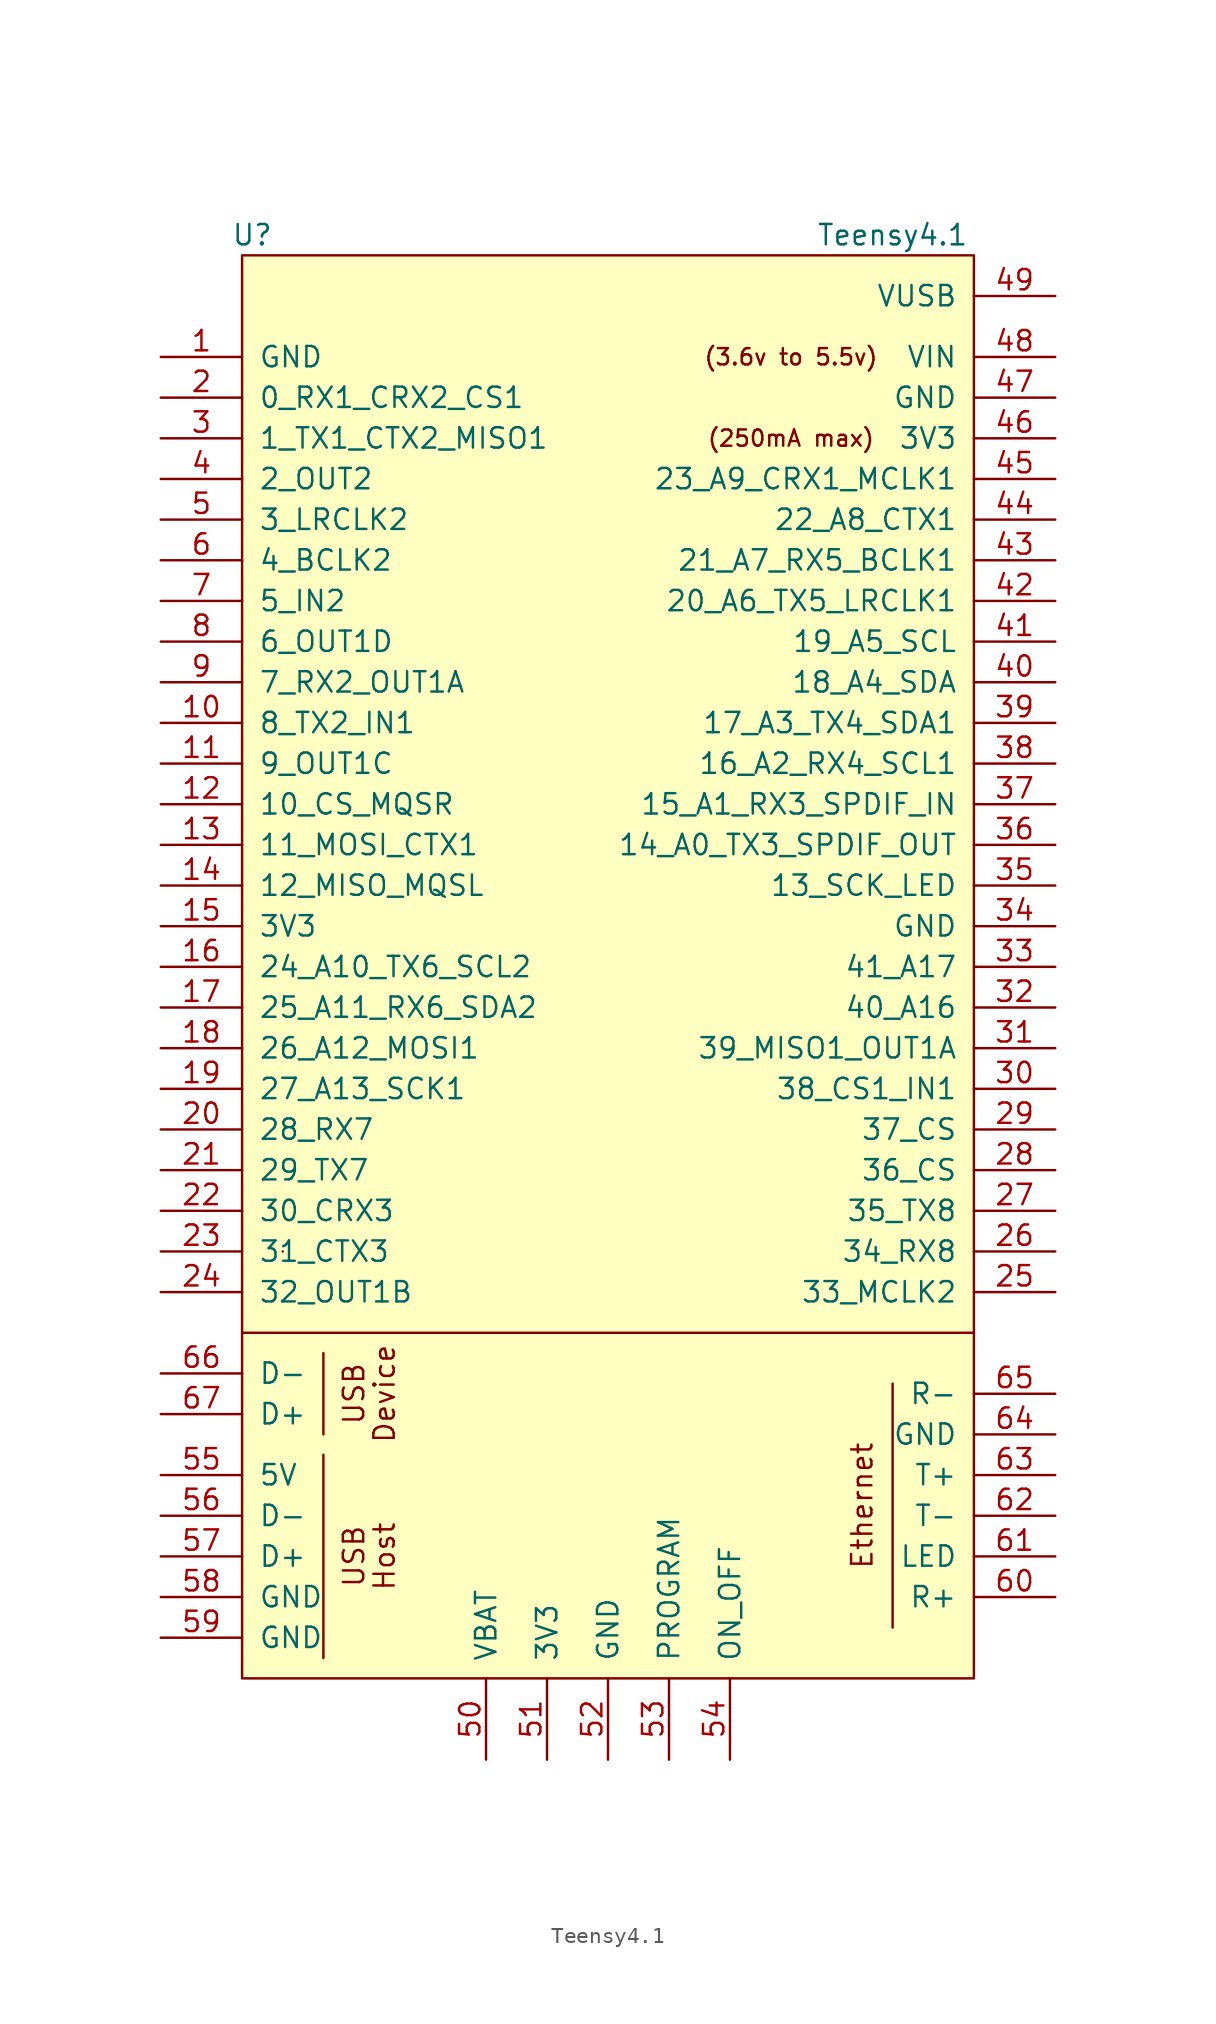
<source format=kicad_sym>
(kicad_symbol_lib
  (version 20211014)
  (generator kicad_symbol_editor)
  (symbol "Teensy4.1"
    (pin_names
      (offset 1.016))
    (property "Reference" "U"
      (at -22.225 62.23 0)
      (effects (font (size 1.27 1.27))))
    (property "Value" "Teensy4.1"
      (at 17.78 62.23 0)
      (effects (font (size 1.27 1.27))))
    (symbol "Teensy4.1_0_0"
      (polyline (pts (xy -22.86 -6.35) (xy 22.86 -6.35)) (stroke (width 0) (type default) (color 0 0 0 0)) (fill (type none)))
      (polyline (pts (xy -17.78 -26.67) (xy -17.78 -13.97)) (stroke (width 0) (type default) (color 0 0 0 0)) (fill (type none)))
      (polyline (pts (xy -17.78 -7.62) (xy -17.78 -12.7)) (stroke (width 0) (type default) (color 0 0 0 0)) (fill (type none)))
      (polyline (pts (xy 17.78 -9.525) (xy 17.78 -24.765)) (stroke (width 0) (type default) (color 0 0 0 0)) (fill (type none)))
      (text "(250mA max)" (at 11.43 49.53 0) (effects (font (size 1.016 1.016))))
      (text "(3.6v to 5.5v)" (at 11.43 54.61 0) (effects (font (size 1.016 1.016))))
      (text "Device" (at -13.97 -10.16 900) (effects (font (size 1.27 1.27))))
      (text "Ethernet" (at 15.875 -17.145 900) (effects (font (size 1.27 1.27))))
      (text "Host" (at -13.97 -20.32 900) (effects (font (size 1.27 1.27))))
      (text "USB" (at -15.875 -20.32 900) (effects (font (size 1.27 1.27))))
      (text "USB" (at -15.875 -10.16 900) (effects (font (size 1.27 1.27))))
      (pin bidirectional line (at -27.94 31.75 0) (length 5.08) (name "8_TX2_IN1" (effects (font (size 1.27 1.27)))) (number "10" (effects (font (size 1.27 1.27)))))
      (pin bidirectional line (at -27.94 29.21 0) (length 5.08) (name "9_OUT1C" (effects (font (size 1.27 1.27)))) (number "11" (effects (font (size 1.27 1.27)))))
      (pin bidirectional line (at -27.94 26.67 0) (length 5.08) (name "10_CS_MQSR" (effects (font (size 1.27 1.27)))) (number "12" (effects (font (size 1.27 1.27)))))
      (pin bidirectional line (at -27.94 24.13 0) (length 5.08) (name "11_MOSI_CTX1" (effects (font (size 1.27 1.27)))) (number "13" (effects (font (size 1.27 1.27)))))
      (pin bidirectional line (at -27.94 21.59 0) (length 5.08) (name "12_MISO_MQSL" (effects (font (size 1.27 1.27)))) (number "14" (effects (font (size 1.27 1.27)))))
      (pin power_in line (at -27.94 19.05 0) (length 5.08) (name "3V3" (effects (font (size 1.27 1.27)))) (number "15" (effects (font (size 1.27 1.27)))))
      (pin bidirectional line (at -27.94 16.51 0) (length 5.08) (name "24_A10_TX6_SCL2" (effects (font (size 1.27 1.27)))) (number "16" (effects (font (size 1.27 1.27)))))
      (pin bidirectional line (at -27.94 13.97 0) (length 5.08) (name "25_A11_RX6_SDA2" (effects (font (size 1.27 1.27)))) (number "17" (effects (font (size 1.27 1.27)))))
      (pin bidirectional line (at -27.94 11.43 0) (length 5.08) (name "26_A12_MOSI1" (effects (font (size 1.27 1.27)))) (number "18" (effects (font (size 1.27 1.27)))))
      (pin bidirectional line (at -27.94 8.89 0) (length 5.08) (name "27_A13_SCK1" (effects (font (size 1.27 1.27)))) (number "19" (effects (font (size 1.27 1.27)))))
      (pin bidirectional line (at -27.94 6.35 0) (length 5.08) (name "28_RX7" (effects (font (size 1.27 1.27)))) (number "20" (effects (font (size 1.27 1.27)))))
      (pin bidirectional line (at -27.94 3.81 0) (length 5.08) (name "29_TX7" (effects (font (size 1.27 1.27)))) (number "21" (effects (font (size 1.27 1.27)))))
      (pin bidirectional line (at -27.94 1.27 0) (length 5.08) (name "30_CRX3" (effects (font (size 1.27 1.27)))) (number "22" (effects (font (size 1.27 1.27)))))
      (pin bidirectional line (at -27.94 -1.27 0) (length 5.08) (name "31_CTX3" (effects (font (size 1.27 1.27)))) (number "23" (effects (font (size 1.27 1.27)))))
      (pin bidirectional line (at -27.94 -3.81 0) (length 5.08) (name "32_OUT1B" (effects (font (size 1.27 1.27)))) (number "24" (effects (font (size 1.27 1.27)))))
      (pin bidirectional line (at 27.94 -3.81 180) (length 5.08) (name "33_MCLK2" (effects (font (size 1.27 1.27)))) (number "25" (effects (font (size 1.27 1.27)))))
      (pin bidirectional line (at 27.94 -1.27 180) (length 5.08) (name "34_RX8" (effects (font (size 1.27 1.27)))) (number "26" (effects (font (size 1.27 1.27)))))
      (pin bidirectional line (at 27.94 1.27 180) (length 5.08) (name "35_TX8" (effects (font (size 1.27 1.27)))) (number "27" (effects (font (size 1.27 1.27)))))
      (pin bidirectional line (at 27.94 3.81 180) (length 5.08) (name "36_CS" (effects (font (size 1.27 1.27)))) (number "28" (effects (font (size 1.27 1.27)))))
      (pin bidirectional line (at 27.94 6.35 180) (length 5.08) (name "37_CS" (effects (font (size 1.27 1.27)))) (number "29" (effects (font (size 1.27 1.27)))))
      (pin bidirectional line (at 27.94 8.89 180) (length 5.08) (name "38_CS1_IN1" (effects (font (size 1.27 1.27)))) (number "30" (effects (font (size 1.27 1.27)))))
      (pin bidirectional line (at 27.94 11.43 180) (length 5.08) (name "39_MISO1_OUT1A" (effects (font (size 1.27 1.27)))) (number "31" (effects (font (size 1.27 1.27)))))
      (pin bidirectional line (at 27.94 13.97 180) (length 5.08) (name "40_A16" (effects (font (size 1.27 1.27)))) (number "32" (effects (font (size 1.27 1.27)))))
      (pin bidirectional line (at 27.94 16.51 180) (length 5.08) (name "41_A17" (effects (font (size 1.27 1.27)))) (number "33" (effects (font (size 1.27 1.27)))))
      (pin bidirectional line (at 27.94 21.59 180) (length 5.08) (name "13_SCK_LED" (effects (font (size 1.27 1.27)))) (number "35" (effects (font (size 1.27 1.27)))))
      (pin bidirectional line (at 27.94 24.13 180) (length 5.08) (name "14_A0_TX3_SPDIF_OUT" (effects (font (size 1.27 1.27)))) (number "36" (effects (font (size 1.27 1.27)))))
      (pin bidirectional line (at 27.94 26.67 180) (length 5.08) (name "15_A1_RX3_SPDIF_IN" (effects (font (size 1.27 1.27)))) (number "37" (effects (font (size 1.27 1.27)))))
      (pin bidirectional line (at 27.94 29.21 180) (length 5.08) (name "16_A2_RX4_SCL1" (effects (font (size 1.27 1.27)))) (number "38" (effects (font (size 1.27 1.27)))))
      (pin bidirectional line (at 27.94 31.75 180) (length 5.08) (name "17_A3_TX4_SDA1" (effects (font (size 1.27 1.27)))) (number "39" (effects (font (size 1.27 1.27)))))
      (pin bidirectional line (at 27.94 34.29 180) (length 5.08) (name "18_A4_SDA" (effects (font (size 1.27 1.27)))) (number "40" (effects (font (size 1.27 1.27)))))
      (pin bidirectional line (at 27.94 36.83 180) (length 5.08) (name "19_A5_SCL" (effects (font (size 1.27 1.27)))) (number "41" (effects (font (size 1.27 1.27)))))
      (pin bidirectional line (at 27.94 39.37 180) (length 5.08) (name "20_A6_TX5_LRCLK1" (effects (font (size 1.27 1.27)))) (number "42" (effects (font (size 1.27 1.27)))))
      (pin bidirectional line (at 27.94 41.91 180) (length 5.08) (name "21_A7_RX5_BCLK1" (effects (font (size 1.27 1.27)))) (number "43" (effects (font (size 1.27 1.27)))))
      (pin bidirectional line (at 27.94 44.45 180) (length 5.08) (name "22_A8_CTX1" (effects (font (size 1.27 1.27)))) (number "44" (effects (font (size 1.27 1.27)))))
      (pin bidirectional line (at 27.94 46.99 180) (length 5.08) (name "23_A9_CRX1_MCLK1" (effects (font (size 1.27 1.27)))) (number "45" (effects (font (size 1.27 1.27)))))
      (pin power_in line (at 27.94 49.53 180) (length 5.08) (name "3V3" (effects (font (size 1.27 1.27)))) (number "46" (effects (font (size 1.27 1.27)))))
      (pin power_in line (at 27.94 52.07 180) (length 5.08) (name "GND" (effects (font (size 1.27 1.27)))) (number "47" (effects (font (size 1.27 1.27)))))
      (pin power_in line (at 27.94 54.61 180) (length 5.08) (name "VIN" (effects (font (size 1.27 1.27)))) (number "48" (effects (font (size 1.27 1.27)))))
      (pin power_out line (at 27.94 58.42 180) (length 5.08) (name "VUSB" (effects (font (size 1.27 1.27)))) (number "49" (effects (font (size 1.27 1.27)))))
      (pin bidirectional line (at -27.94 44.45 0) (length 5.08) (name "3_LRCLK2" (effects (font (size 1.27 1.27)))) (number "5" (effects (font (size 1.27 1.27)))))
      (pin power_in line (at -7.62 -33.02 90) (length 5.08) (name "VBAT" (effects (font (size 1.27 1.27)))) (number "50" (effects (font (size 1.27 1.27)))))
      (pin power_in line (at -3.81 -33.02 90) (length 5.08) (name "3V3" (effects (font (size 1.27 1.27)))) (number "51" (effects (font (size 1.27 1.27)))))
      (pin power_out line (at 0 -33.02 90) (length 5.08) (name "GND" (effects (font (size 1.27 1.27)))) (number "52" (effects (font (size 1.27 1.27)))))
      (pin input line (at 3.81 -33.02 90) (length 5.08) (name "PROGRAM" (effects (font (size 1.27 1.27)))) (number "53" (effects (font (size 1.27 1.27)))))
      (pin input line (at 7.62 -33.02 90) (length 5.08) (name "ON_OFF" (effects (font (size 1.27 1.27)))) (number "54" (effects (font (size 1.27 1.27)))))
      (pin power_out line (at -27.94 -15.24 0) (length 5.08) (name "5V" (effects (font (size 1.27 1.27)))) (number "55" (effects (font (size 1.27 1.27)))))
      (pin bidirectional line (at -27.94 -17.78 0) (length 5.08) (name "D-" (effects (font (size 1.27 1.27)))) (number "56" (effects (font (size 1.27 1.27)))))
      (pin bidirectional line (at -27.94 -20.32 0) (length 5.08) (name "D+" (effects (font (size 1.27 1.27)))) (number "57" (effects (font (size 1.27 1.27)))))
      (pin power_in line (at -27.94 -22.86 0) (length 5.08) (name "GND" (effects (font (size 1.27 1.27)))) (number "58" (effects (font (size 1.27 1.27)))))
      (pin power_in line (at -27.94 -25.4 0) (length 5.08) (name "GND" (effects (font (size 1.27 1.27)))) (number "59" (effects (font (size 1.27 1.27)))))
      (pin bidirectional line (at -27.94 41.91 0) (length 5.08) (name "4_BCLK2" (effects (font (size 1.27 1.27)))) (number "6" (effects (font (size 1.27 1.27)))))
      (pin bidirectional line (at 27.94 -22.86 180) (length 5.08) (name "R+" (effects (font (size 1.27 1.27)))) (number "60" (effects (font (size 1.27 1.27)))))
      (pin bidirectional line (at 27.94 -20.32 180) (length 5.08) (name "LED" (effects (font (size 1.27 1.27)))) (number "61" (effects (font (size 1.27 1.27)))))
      (pin bidirectional line (at 27.94 -17.78 180) (length 5.08) (name "T-" (effects (font (size 1.27 1.27)))) (number "62" (effects (font (size 1.27 1.27)))))
      (pin bidirectional line (at 27.94 -15.24 180) (length 5.08) (name "T+" (effects (font (size 1.27 1.27)))) (number "63" (effects (font (size 1.27 1.27)))))
      (pin power_in line (at 27.94 -12.7 180) (length 5.08) (name "GND" (effects (font (size 1.27 1.27)))) (number "64" (effects (font (size 1.27 1.27)))))
      (pin bidirectional line (at 27.94 -10.16 180) (length 5.08) (name "R-" (effects (font (size 1.27 1.27)))) (number "65" (effects (font (size 1.27 1.27)))))
      (pin bidirectional line (at -27.94 -8.89 0) (length 5.08) (name "D-" (effects (font (size 1.27 1.27)))) (number "66" (effects (font (size 1.27 1.27)))))
      (pin bidirectional line (at -27.94 -11.43 0) (length 5.08) (name "D+" (effects (font (size 1.27 1.27)))) (number "67" (effects (font (size 1.27 1.27)))))
      (pin bidirectional line (at -27.94 39.37 0) (length 5.08) (name "5_IN2" (effects (font (size 1.27 1.27)))) (number "7" (effects (font (size 1.27 1.27)))))
      (pin bidirectional line (at -27.94 36.83 0) (length 5.08) (name "6_OUT1D" (effects (font (size 1.27 1.27)))) (number "8" (effects (font (size 1.27 1.27)))))
      (pin bidirectional line (at -27.94 34.29 0) (length 5.08) (name "7_RX2_OUT1A" (effects (font (size 1.27 1.27)))) (number "9" (effects (font (size 1.27 1.27))))))
    (symbol "Teensy4.1_0_1"
      (rectangle (start -22.86 60.96) (end 22.86 -27.94) (stroke (width 0) (type default) (color 0 0 0 0)) (fill (type background)))
      (rectangle (start -20.32 -1.27) (end -20.32 -1.27) (stroke (width 0) (type default) (color 0 0 0 0)) (fill (type none))))
    (symbol "Teensy4.1_1_1"
      (pin power_in line (at -27.94 54.61 0) (length 5.08) (name "GND" (effects (font (size 1.27 1.27)))) (number "1" (effects (font (size 1.27 1.27)))))
      (pin bidirectional line (at -27.94 52.07 0) (length 5.08) (name "0_RX1_CRX2_CS1" (effects (font (size 1.27 1.27)))) (number "2" (effects (font (size 1.27 1.27)))))
      (pin bidirectional line (at -27.94 49.53 0) (length 5.08) (name "1_TX1_CTX2_MISO1" (effects (font (size 1.27 1.27)))) (number "3" (effects (font (size 1.27 1.27)))))
      (pin power_in line (at 27.94 19.05 180) (length 5.08) (name "GND" (effects (font (size 1.27 1.27)))) (number "34" (effects (font (size 1.27 1.27)))))
      (pin bidirectional line (at -27.94 46.99 0) (length 5.08) (name "2_OUT2" (effects (font (size 1.27 1.27)))) (number "4" (effects (font (size 1.27 1.27))))))))
</source>
